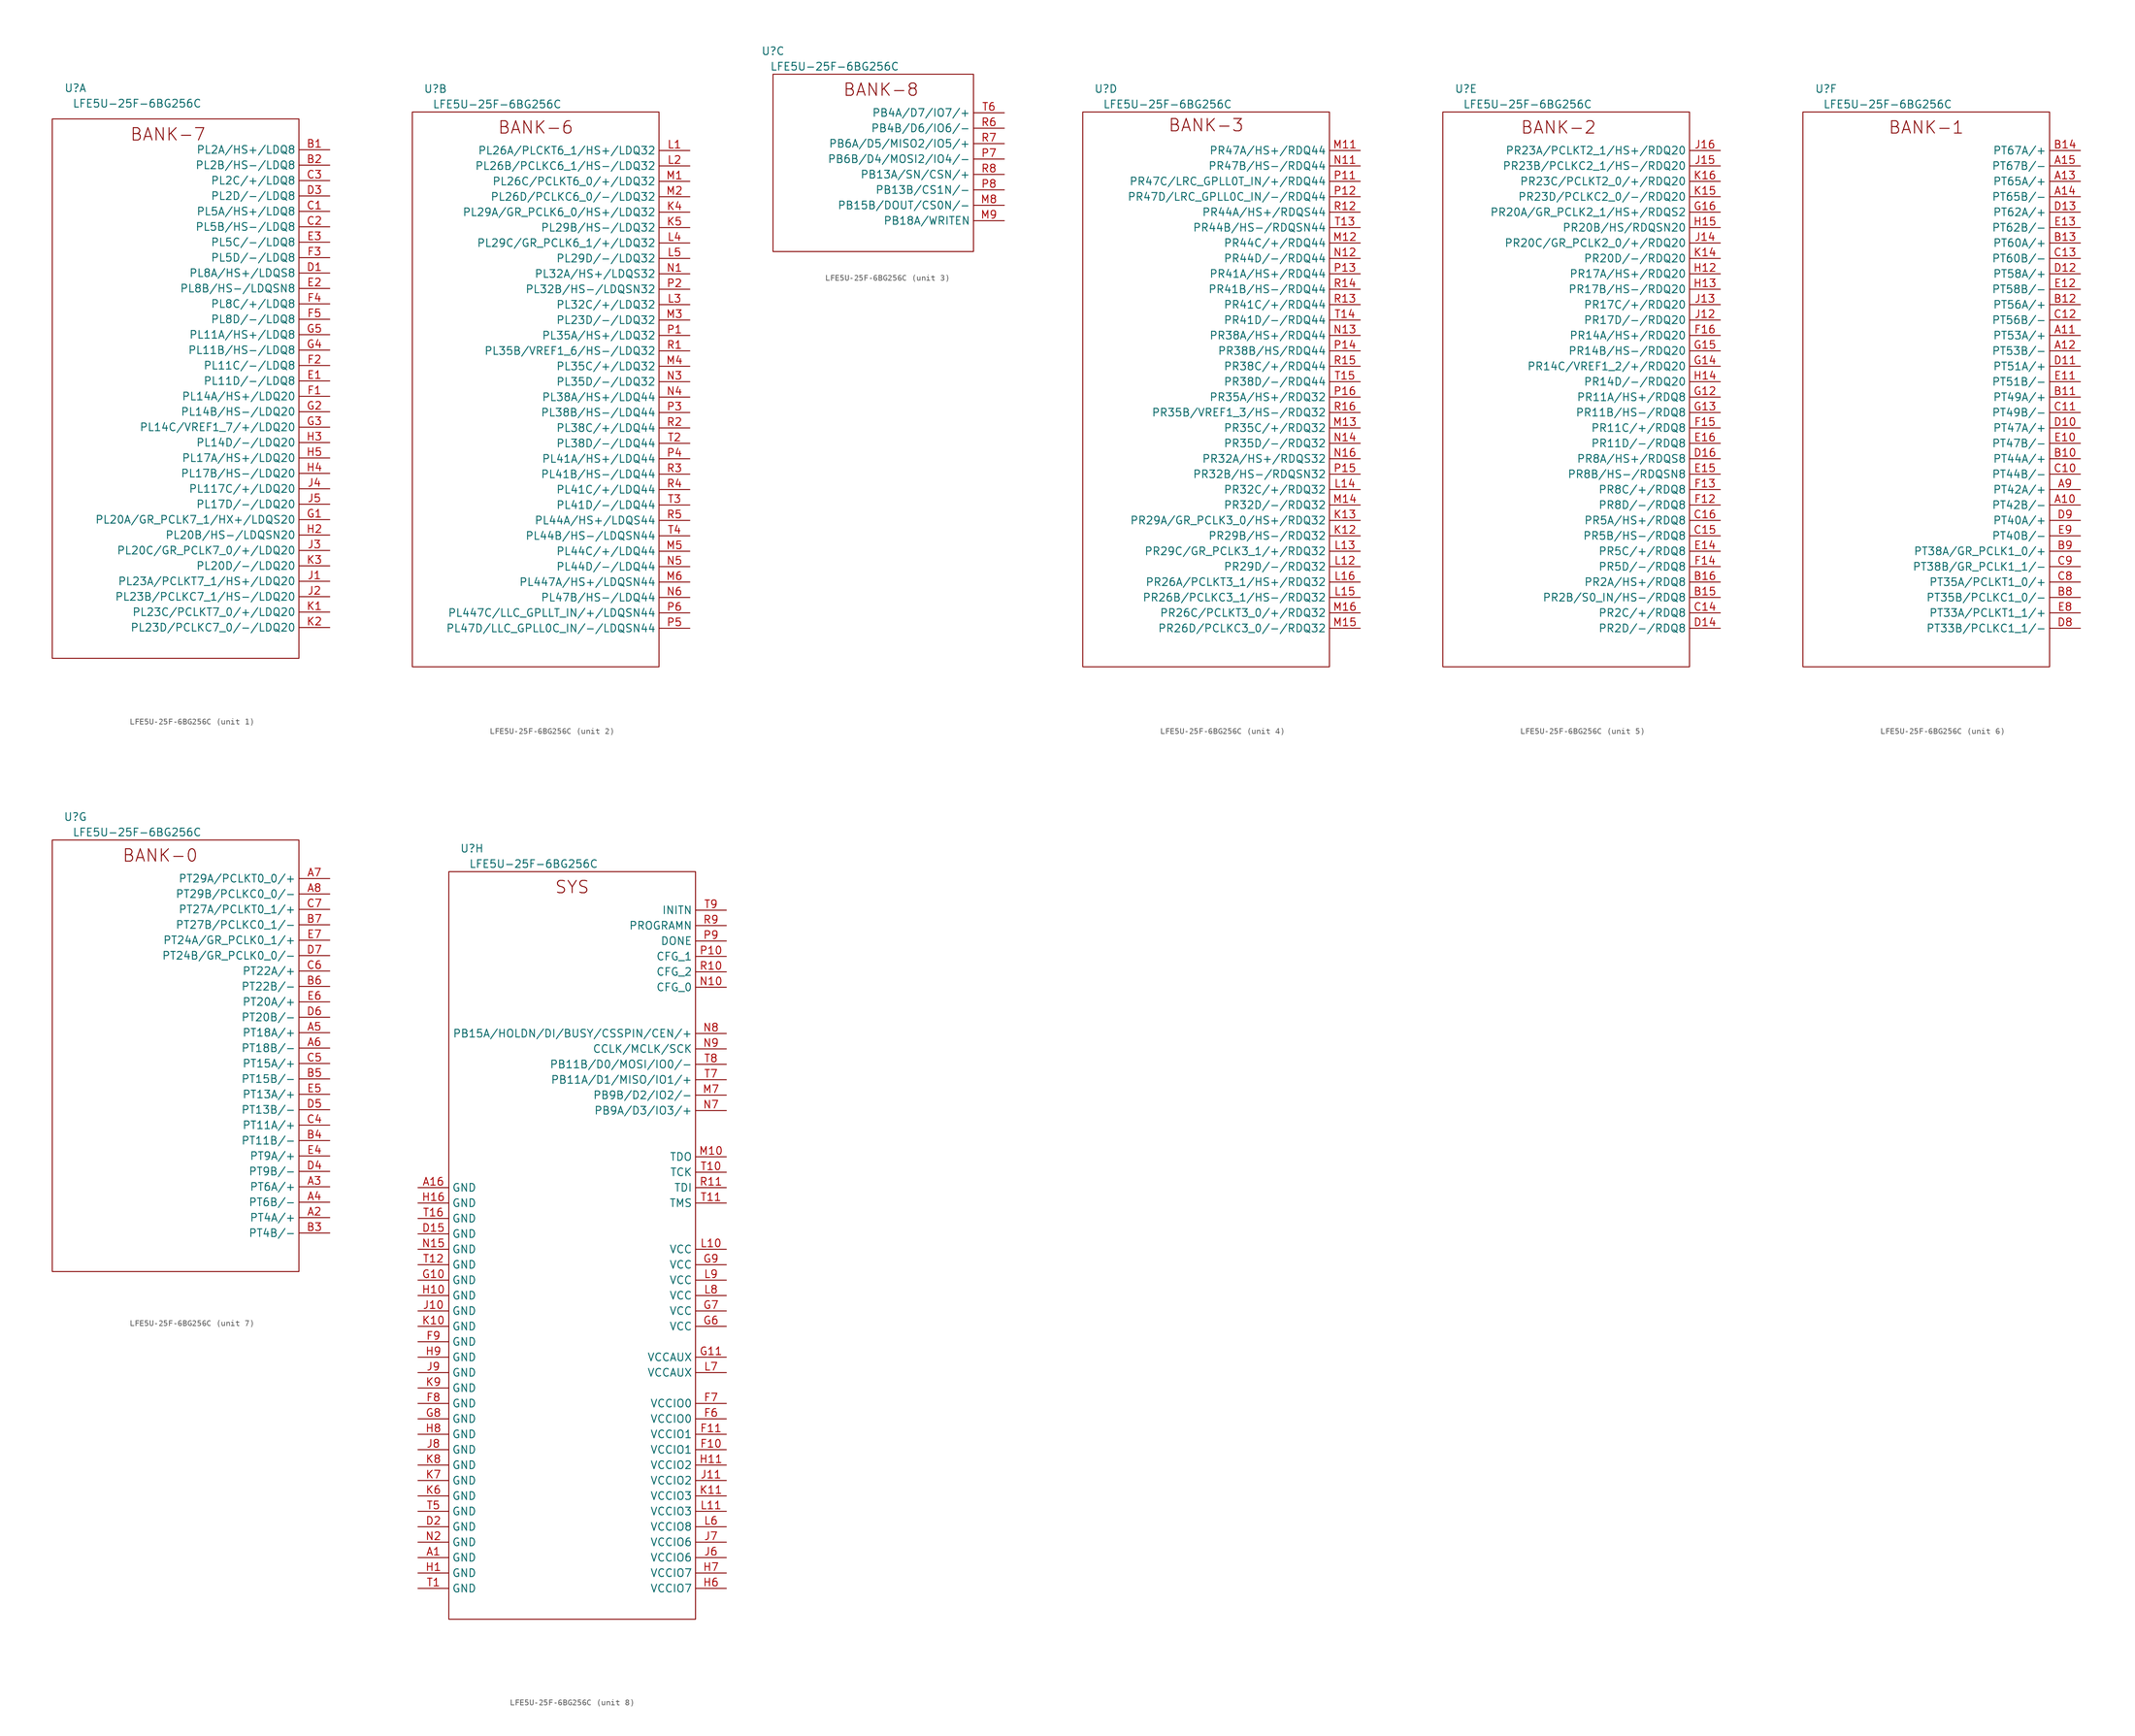
<source format=kicad_sym>
(kicad_symbol_lib
  (version 20231120)
  (generator "kicad_symbol_editor")
  (generator_version "8.0")
  (symbol "LFE5U-25F-6BG256C"
    (property "Reference" "U"
      (at -16.51 50.8 0)
      (effects (font (size 1.27 1.27))))
    (property "Value" "LFE5U-25F-6BG256C"
      (at -6.35 48.26 0)
      (effects (font (size 1.27 1.27))))
    (property "ki_locked" ""
      (at 0 0 0)
      (effects (font (size 1.27 1.27))))
    (symbol "LFE5U-25F-6BG256C_1_1"
      (rectangle (start -20.32 45.72) (end 20.32 -43.18) (stroke (width 0) (type default)) (fill (type none)))
      (text "BANK-7" (at -1.27 43.18 0) (effects (font (size 2.032 2.032))))
      (pin bidirectional line (at 25.4 40.64 180) (length 5.08) (name "PL2A/HS+/LDQ8" (effects (font (size 1.27 1.27)))) (number "B1" (effects (font (size 1.27 1.27)))))
      (pin bidirectional line (at 25.4 38.1 180) (length 5.08) (name "PL2B/HS-/LDQ8" (effects (font (size 1.27 1.27)))) (number "B2" (effects (font (size 1.27 1.27)))))
      (pin bidirectional line (at 25.4 30.48 180) (length 5.08) (name "PL5A/HS+/LDQ8" (effects (font (size 1.27 1.27)))) (number "C1" (effects (font (size 1.27 1.27)))))
      (pin bidirectional line (at 25.4 27.94 180) (length 5.08) (name "PL5B/HS-/LDQ8" (effects (font (size 1.27 1.27)))) (number "C2" (effects (font (size 1.27 1.27)))))
      (pin bidirectional line (at 25.4 35.56 180) (length 5.08) (name "PL2C/+/LDQ8" (effects (font (size 1.27 1.27)))) (number "C3" (effects (font (size 1.27 1.27)))))
      (pin bidirectional line (at 25.4 20.32 180) (length 5.08) (name "PL8A/HS+/LDQS8" (effects (font (size 1.27 1.27)))) (number "D1" (effects (font (size 1.27 1.27)))))
      (pin bidirectional line (at 25.4 33.02 180) (length 5.08) (name "PL2D/-/LDQ8" (effects (font (size 1.27 1.27)))) (number "D3" (effects (font (size 1.27 1.27)))))
      (pin bidirectional line (at 25.4 2.54 180) (length 5.08) (name "PL11D/-/LDQ8" (effects (font (size 1.27 1.27)))) (number "E1" (effects (font (size 1.27 1.27)))))
      (pin bidirectional line (at 25.4 17.78 180) (length 5.08) (name "PL8B/HS-/LDQSN8" (effects (font (size 1.27 1.27)))) (number "E2" (effects (font (size 1.27 1.27)))))
      (pin bidirectional line (at 25.4 25.4 180) (length 5.08) (name "PL5C/-/LDQ8" (effects (font (size 1.27 1.27)))) (number "E3" (effects (font (size 1.27 1.27)))))
      (pin bidirectional line (at 25.4 0 180) (length 5.08) (name "PL14A/HS+/LDQ20" (effects (font (size 1.27 1.27)))) (number "F1" (effects (font (size 1.27 1.27)))))
      (pin bidirectional line (at 25.4 5.08 180) (length 5.08) (name "PL11C/-/LDQ8" (effects (font (size 1.27 1.27)))) (number "F2" (effects (font (size 1.27 1.27)))))
      (pin bidirectional line (at 25.4 22.86 180) (length 5.08) (name "PL5D/-/LDQ8" (effects (font (size 1.27 1.27)))) (number "F3" (effects (font (size 1.27 1.27)))))
      (pin bidirectional line (at 25.4 15.24 180) (length 5.08) (name "PL8C/+/LDQ8" (effects (font (size 1.27 1.27)))) (number "F4" (effects (font (size 1.27 1.27)))))
      (pin bidirectional line (at 25.4 12.7 180) (length 5.08) (name "PL8D/-/LDQ8" (effects (font (size 1.27 1.27)))) (number "F5" (effects (font (size 1.27 1.27)))))
      (pin bidirectional line (at 25.4 -20.32 180) (length 5.08) (name "PL20A/GR_PCLK7_1/HX+/LDQS20" (effects (font (size 1.27 1.27)))) (number "G1" (effects (font (size 1.27 1.27)))))
      (pin bidirectional line (at 25.4 -2.54 180) (length 5.08) (name "PL14B/HS-/LDQ20" (effects (font (size 1.27 1.27)))) (number "G2" (effects (font (size 1.27 1.27)))))
      (pin bidirectional line (at 25.4 -5.08 180) (length 5.08) (name "PL14C/VREF1_7/+/LDQ20" (effects (font (size 1.27 1.27)))) (number "G3" (effects (font (size 1.27 1.27)))))
      (pin bidirectional line (at 25.4 7.62 180) (length 5.08) (name "PL11B/HS-/LDQ8" (effects (font (size 1.27 1.27)))) (number "G4" (effects (font (size 1.27 1.27)))))
      (pin bidirectional line (at 25.4 10.16 180) (length 5.08) (name "PL11A/HS+/LDQ8" (effects (font (size 1.27 1.27)))) (number "G5" (effects (font (size 1.27 1.27)))))
      (pin bidirectional line (at 25.4 -22.86 180) (length 5.08) (name "PL20B/HS-/LDQSN20" (effects (font (size 1.27 1.27)))) (number "H2" (effects (font (size 1.27 1.27)))))
      (pin bidirectional line (at 25.4 -7.62 180) (length 5.08) (name "PL14D/-/LDQ20" (effects (font (size 1.27 1.27)))) (number "H3" (effects (font (size 1.27 1.27)))))
      (pin bidirectional line (at 25.4 -12.7 180) (length 5.08) (name "PL17B/HS-/LDQ20" (effects (font (size 1.27 1.27)))) (number "H4" (effects (font (size 1.27 1.27)))))
      (pin bidirectional line (at 25.4 -10.16 180) (length 5.08) (name "PL17A/HS+/LDQ20" (effects (font (size 1.27 1.27)))) (number "H5" (effects (font (size 1.27 1.27)))))
      (pin bidirectional line (at 25.4 -30.48 180) (length 5.08) (name "PL23A/PCLKT7_1/HS+/LDQ20" (effects (font (size 1.27 1.27)))) (number "J1" (effects (font (size 1.27 1.27)))))
      (pin bidirectional line (at 25.4 -33.02 180) (length 5.08) (name "PL23B/PCLKC7_1/HS-/LDQ20" (effects (font (size 1.27 1.27)))) (number "J2" (effects (font (size 1.27 1.27)))))
      (pin bidirectional line (at 25.4 -25.4 180) (length 5.08) (name "PL20C/GR_PCLK7_0/+/LDQ20" (effects (font (size 1.27 1.27)))) (number "J3" (effects (font (size 1.27 1.27)))))
      (pin bidirectional line (at 25.4 -15.24 180) (length 5.08) (name "PL117C/+/LDQ20" (effects (font (size 1.27 1.27)))) (number "J4" (effects (font (size 1.27 1.27)))))
      (pin bidirectional line (at 25.4 -17.78 180) (length 5.08) (name "PL17D/-/LDQ20" (effects (font (size 1.27 1.27)))) (number "J5" (effects (font (size 1.27 1.27)))))
      (pin bidirectional line (at 25.4 -35.56 180) (length 5.08) (name "PL23C/PCLKT7_0/+/LDQ20" (effects (font (size 1.27 1.27)))) (number "K1" (effects (font (size 1.27 1.27)))))
      (pin bidirectional line (at 25.4 -38.1 180) (length 5.08) (name "PL23D/PCLKC7_0/-/LDQ20" (effects (font (size 1.27 1.27)))) (number "K2" (effects (font (size 1.27 1.27)))))
      (pin bidirectional line (at 25.4 -27.94 180) (length 5.08) (name "PL20D/-/LDQ20" (effects (font (size 1.27 1.27)))) (number "K3" (effects (font (size 1.27 1.27))))))
    (symbol "LFE5U-25F-6BG256C_2_1"
      (rectangle (start -20.32 46.99) (end 20.32 -44.45) (stroke (width 0) (type default)) (fill (type none)))
      (text "BANK-6" (at 0 44.45 0) (effects (font (size 2.032 2.032))))
      (pin bidirectional line (at 25.4 30.48 180) (length 5.08) (name "PL29A/GR_PCLK6_0/HS+/LDQ32" (effects (font (size 1.27 1.27)))) (number "K4" (effects (font (size 1.27 1.27)))))
      (pin bidirectional line (at 25.4 27.94 180) (length 5.08) (name "PL29B/HS-/LDQ32" (effects (font (size 1.27 1.27)))) (number "K5" (effects (font (size 1.27 1.27)))))
      (pin bidirectional line (at 25.4 40.64 180) (length 5.08) (name "PL26A/PLCKT6_1/HS+/LDQ32" (effects (font (size 1.27 1.27)))) (number "L1" (effects (font (size 1.27 1.27)))))
      (pin bidirectional line (at 25.4 38.1 180) (length 5.08) (name "PL26B/PCLKC6_1/HS-/LDQ32" (effects (font (size 1.27 1.27)))) (number "L2" (effects (font (size 1.27 1.27)))))
      (pin bidirectional line (at 25.4 15.24 180) (length 5.08) (name "PL32C/+/LDQ32" (effects (font (size 1.27 1.27)))) (number "L3" (effects (font (size 1.27 1.27)))))
      (pin bidirectional line (at 25.4 25.4 180) (length 5.08) (name "PL29C/GR_PCLK6_1/+/LDQ32" (effects (font (size 1.27 1.27)))) (number "L4" (effects (font (size 1.27 1.27)))))
      (pin bidirectional line (at 25.4 22.86 180) (length 5.08) (name "PL29D/-/LDQ32" (effects (font (size 1.27 1.27)))) (number "L5" (effects (font (size 1.27 1.27)))))
      (pin bidirectional line (at 25.4 35.56 180) (length 5.08) (name "PL26C/PCLKT6_0/+/LDQ32" (effects (font (size 1.27 1.27)))) (number "M1" (effects (font (size 1.27 1.27)))))
      (pin bidirectional line (at 25.4 33.02 180) (length 5.08) (name "PL26D/PCLKC6_0/-/LDQ32" (effects (font (size 1.27 1.27)))) (number "M2" (effects (font (size 1.27 1.27)))))
      (pin bidirectional line (at 25.4 12.7 180) (length 5.08) (name "PL23D/-/LDQ32" (effects (font (size 1.27 1.27)))) (number "M3" (effects (font (size 1.27 1.27)))))
      (pin bidirectional line (at 25.4 5.08 180) (length 5.08) (name "PL35C/+/LDQ32" (effects (font (size 1.27 1.27)))) (number "M4" (effects (font (size 1.27 1.27)))))
      (pin bidirectional line (at 25.4 -25.4 180) (length 5.08) (name "PL44C/+/LDQ44" (effects (font (size 1.27 1.27)))) (number "M5" (effects (font (size 1.27 1.27)))))
      (pin bidirectional line (at 25.4 -30.48 180) (length 5.08) (name "PL447A/HS+/LDQSN44" (effects (font (size 1.27 1.27)))) (number "M6" (effects (font (size 1.27 1.27)))))
      (pin bidirectional line (at 25.4 20.32 180) (length 5.08) (name "PL32A/HS+/LDQS32" (effects (font (size 1.27 1.27)))) (number "N1" (effects (font (size 1.27 1.27)))))
      (pin bidirectional line (at 25.4 2.54 180) (length 5.08) (name "PL35D/-/LDQ32" (effects (font (size 1.27 1.27)))) (number "N3" (effects (font (size 1.27 1.27)))))
      (pin bidirectional line (at 25.4 0 180) (length 5.08) (name "PL38A/HS+/LDQ44" (effects (font (size 1.27 1.27)))) (number "N4" (effects (font (size 1.27 1.27)))))
      (pin bidirectional line (at 25.4 -27.94 180) (length 5.08) (name "PL44D/-/LDQ44" (effects (font (size 1.27 1.27)))) (number "N5" (effects (font (size 1.27 1.27)))))
      (pin bidirectional line (at 25.4 -33.02 180) (length 5.08) (name "PL47B/HS-/LDQ44" (effects (font (size 1.27 1.27)))) (number "N6" (effects (font (size 1.27 1.27)))))
      (pin bidirectional line (at 25.4 10.16 180) (length 5.08) (name "PL35A/HS+/LDQ32" (effects (font (size 1.27 1.27)))) (number "P1" (effects (font (size 1.27 1.27)))))
      (pin bidirectional line (at 25.4 17.78 180) (length 5.08) (name "PL32B/HS-/LDQSN32" (effects (font (size 1.27 1.27)))) (number "P2" (effects (font (size 1.27 1.27)))))
      (pin bidirectional line (at 25.4 -2.54 180) (length 5.08) (name "PL38B/HS-/LDQ44" (effects (font (size 1.27 1.27)))) (number "P3" (effects (font (size 1.27 1.27)))))
      (pin bidirectional line (at 25.4 -10.16 180) (length 5.08) (name "PL41A/HS+/LDQ44" (effects (font (size 1.27 1.27)))) (number "P4" (effects (font (size 1.27 1.27)))))
      (pin bidirectional line (at 25.4 -38.1 180) (length 5.08) (name "PL47D/LLC_GPLL0C_IN/-/LDQSN44" (effects (font (size 1.27 1.27)))) (number "P5" (effects (font (size 1.27 1.27)))))
      (pin bidirectional line (at 25.4 -35.56 180) (length 5.08) (name "PL447C/LLC_GPLLT_IN/+/LDQSN44" (effects (font (size 1.27 1.27)))) (number "P6" (effects (font (size 1.27 1.27)))))
      (pin bidirectional line (at 25.4 7.62 180) (length 5.08) (name "PL35B/VREF1_6/HS-/LDQ32" (effects (font (size 1.27 1.27)))) (number "R1" (effects (font (size 1.27 1.27)))))
      (pin bidirectional line (at 25.4 -5.08 180) (length 5.08) (name "PL38C/+/LDQ44" (effects (font (size 1.27 1.27)))) (number "R2" (effects (font (size 1.27 1.27)))))
      (pin bidirectional line (at 25.4 -12.7 180) (length 5.08) (name "PL41B/HS-/LDQ44" (effects (font (size 1.27 1.27)))) (number "R3" (effects (font (size 1.27 1.27)))))
      (pin bidirectional line (at 25.4 -15.24 180) (length 5.08) (name "PL41C/+/LDQ44" (effects (font (size 1.27 1.27)))) (number "R4" (effects (font (size 1.27 1.27)))))
      (pin bidirectional line (at 25.4 -20.32 180) (length 5.08) (name "PL44A/HS+/LDQS44" (effects (font (size 1.27 1.27)))) (number "R5" (effects (font (size 1.27 1.27)))))
      (pin bidirectional line (at 25.4 -7.62 180) (length 5.08) (name "PL38D/-/LDQ44" (effects (font (size 1.27 1.27)))) (number "T2" (effects (font (size 1.27 1.27)))))
      (pin bidirectional line (at 25.4 -17.78 180) (length 5.08) (name "PL41D/-/LDQ44" (effects (font (size 1.27 1.27)))) (number "T3" (effects (font (size 1.27 1.27)))))
      (pin bidirectional line (at 25.4 -22.86 180) (length 5.08) (name "PL44B/HS-/LDQSN44" (effects (font (size 1.27 1.27)))) (number "T4" (effects (font (size 1.27 1.27))))))
    (symbol "LFE5U-25F-6BG256C_3_1"
      (rectangle (start -16.51 46.99) (end 16.51 17.78) (stroke (width 0) (type default)) (fill (type none)))
      (text "BANK-8\n" (at 1.27 44.45 0) (effects (font (size 2.032 2.032))))
      (pin bidirectional line (at 21.59 25.4 180) (length 5.08) (name "PB15B/DOUT/CS0N/-" (effects (font (size 1.27 1.27)))) (number "M8" (effects (font (size 1.27 1.27)))))
      (pin bidirectional line (at 21.59 22.86 180) (length 5.08) (name "PB18A/WRITEN" (effects (font (size 1.27 1.27)))) (number "M9" (effects (font (size 1.27 1.27)))))
      (pin bidirectional line (at 21.59 33.02 180) (length 5.08) (name "PB6B/D4/MOSI2/IO4/-" (effects (font (size 1.27 1.27)))) (number "P7" (effects (font (size 1.27 1.27)))))
      (pin bidirectional line (at 21.59 27.94 180) (length 5.08) (name "PB13B/CS1N/-" (effects (font (size 1.27 1.27)))) (number "P8" (effects (font (size 1.27 1.27)))))
      (pin bidirectional line (at 21.59 38.1 180) (length 5.08) (name "PB4B/D6/IO6/-" (effects (font (size 1.27 1.27)))) (number "R6" (effects (font (size 1.27 1.27)))))
      (pin bidirectional line (at 21.59 35.56 180) (length 5.08) (name "PB6A/D5/MISO2/IO5/+" (effects (font (size 1.27 1.27)))) (number "R7" (effects (font (size 1.27 1.27)))))
      (pin bidirectional line (at 21.59 30.48 180) (length 5.08) (name "PB13A/SN/CSN/+" (effects (font (size 1.27 1.27)))) (number "R8" (effects (font (size 1.27 1.27)))))
      (pin bidirectional line (at 21.59 40.64 180) (length 5.08) (name "PB4A/D7/IO7/+" (effects (font (size 1.27 1.27)))) (number "T6" (effects (font (size 1.27 1.27))))))
    (symbol "LFE5U-25F-6BG256C_4_1"
      (rectangle (start -20.32 46.99) (end 20.32 -44.45) (stroke (width 0) (type default)) (fill (type none)))
      (text "BANK-3\n\n" (at 0 43.18 0) (effects (font (size 2.032 2.032))))
      (pin bidirectional line (at 25.4 -22.86 180) (length 5.08) (name "PR29B/HS-/RDQ32" (effects (font (size 1.27 1.27)))) (number "K12" (effects (font (size 1.27 1.27)))))
      (pin bidirectional line (at 25.4 -20.32 180) (length 5.08) (name "PR29A/GR_PCLK3_0/HS+/RDQ32" (effects (font (size 1.27 1.27)))) (number "K13" (effects (font (size 1.27 1.27)))))
      (pin bidirectional line (at 25.4 -27.94 180) (length 5.08) (name "PR29D/-/RDQ32" (effects (font (size 1.27 1.27)))) (number "L12" (effects (font (size 1.27 1.27)))))
      (pin bidirectional line (at 25.4 -25.4 180) (length 5.08) (name "PR29C/GR_PCLK3_1/+/RDQ32" (effects (font (size 1.27 1.27)))) (number "L13" (effects (font (size 1.27 1.27)))))
      (pin bidirectional line (at 25.4 -15.24 180) (length 5.08) (name "PR32C/+/RDQ32" (effects (font (size 1.27 1.27)))) (number "L14" (effects (font (size 1.27 1.27)))))
      (pin bidirectional line (at 25.4 -33.02 180) (length 5.08) (name "PR26B/PCLKC3_1/HS-/RDQ32" (effects (font (size 1.27 1.27)))) (number "L15" (effects (font (size 1.27 1.27)))))
      (pin bidirectional line (at 25.4 -30.48 180) (length 5.08) (name "PR26A/PCLKT3_1/HS+/RDQ32" (effects (font (size 1.27 1.27)))) (number "L16" (effects (font (size 1.27 1.27)))))
      (pin bidirectional line (at 25.4 40.64 180) (length 5.08) (name "PR47A/HS+/RDQ44" (effects (font (size 1.27 1.27)))) (number "M11" (effects (font (size 1.27 1.27)))))
      (pin bidirectional line (at 25.4 25.4 180) (length 5.08) (name "PR44C/+/RDQ44" (effects (font (size 1.27 1.27)))) (number "M12" (effects (font (size 1.27 1.27)))))
      (pin bidirectional line (at 25.4 -5.08 180) (length 5.08) (name "PR35C/+/RDQ32" (effects (font (size 1.27 1.27)))) (number "M13" (effects (font (size 1.27 1.27)))))
      (pin bidirectional line (at 25.4 -17.78 180) (length 5.08) (name "PR32D/-/RDQ32" (effects (font (size 1.27 1.27)))) (number "M14" (effects (font (size 1.27 1.27)))))
      (pin bidirectional line (at 25.4 -38.1 180) (length 5.08) (name "PR26D/PCLKC3_0/-/RDQ32" (effects (font (size 1.27 1.27)))) (number "M15" (effects (font (size 1.27 1.27)))))
      (pin bidirectional line (at 25.4 -35.56 180) (length 5.08) (name "PR26C/PCLKT3_0/+/RDQ32" (effects (font (size 1.27 1.27)))) (number "M16" (effects (font (size 1.27 1.27)))))
      (pin bidirectional line (at 25.4 38.1 180) (length 5.08) (name "PR47B/HS-/RDQ44" (effects (font (size 1.27 1.27)))) (number "N11" (effects (font (size 1.27 1.27)))))
      (pin bidirectional line (at 25.4 22.86 180) (length 5.08) (name "PR44D/-/RDQ44" (effects (font (size 1.27 1.27)))) (number "N12" (effects (font (size 1.27 1.27)))))
      (pin bidirectional line (at 25.4 10.16 180) (length 5.08) (name "PR38A/HS+/RDQ44" (effects (font (size 1.27 1.27)))) (number "N13" (effects (font (size 1.27 1.27)))))
      (pin bidirectional line (at 25.4 -7.62 180) (length 5.08) (name "PR35D/-/RDQ32" (effects (font (size 1.27 1.27)))) (number "N14" (effects (font (size 1.27 1.27)))))
      (pin bidirectional line (at 25.4 -10.16 180) (length 5.08) (name "PR32A/HS+/RDQS32" (effects (font (size 1.27 1.27)))) (number "N16" (effects (font (size 1.27 1.27)))))
      (pin bidirectional line (at 25.4 35.56 180) (length 5.08) (name "PR47C/LRC_GPLL0T_IN/+/RDQ44" (effects (font (size 1.27 1.27)))) (number "P11" (effects (font (size 1.27 1.27)))))
      (pin bidirectional line (at 25.4 33.02 180) (length 5.08) (name "PR47D/LRC_GPLL0C_IN/-/RDQ44" (effects (font (size 1.27 1.27)))) (number "P12" (effects (font (size 1.27 1.27)))))
      (pin bidirectional line (at 25.4 20.32 180) (length 5.08) (name "PR41A/HS+/RDQ44" (effects (font (size 1.27 1.27)))) (number "P13" (effects (font (size 1.27 1.27)))))
      (pin bidirectional line (at 25.4 7.62 180) (length 5.08) (name "PR38B/HS/RDQ44" (effects (font (size 1.27 1.27)))) (number "P14" (effects (font (size 1.27 1.27)))))
      (pin bidirectional line (at 25.4 -12.7 180) (length 5.08) (name "PR32B/HS-/RDQSN32" (effects (font (size 1.27 1.27)))) (number "P15" (effects (font (size 1.27 1.27)))))
      (pin bidirectional line (at 25.4 0 180) (length 5.08) (name "PR35A/HS+/RDQ32" (effects (font (size 1.27 1.27)))) (number "P16" (effects (font (size 1.27 1.27)))))
      (pin bidirectional line (at 25.4 30.48 180) (length 5.08) (name "PR44A/HS+/RDQS44" (effects (font (size 1.27 1.27)))) (number "R12" (effects (font (size 1.27 1.27)))))
      (pin bidirectional line (at 25.4 15.24 180) (length 5.08) (name "PR41C/+/RDQ44" (effects (font (size 1.27 1.27)))) (number "R13" (effects (font (size 1.27 1.27)))))
      (pin bidirectional line (at 25.4 17.78 180) (length 5.08) (name "PR41B/HS-/RDQ44" (effects (font (size 1.27 1.27)))) (number "R14" (effects (font (size 1.27 1.27)))))
      (pin bidirectional line (at 25.4 5.08 180) (length 5.08) (name "PR38C/+/RDQ44" (effects (font (size 1.27 1.27)))) (number "R15" (effects (font (size 1.27 1.27)))))
      (pin bidirectional line (at 25.4 -2.54 180) (length 5.08) (name "PR35B/VREF1_3/HS-/RDQ32" (effects (font (size 1.27 1.27)))) (number "R16" (effects (font (size 1.27 1.27)))))
      (pin bidirectional line (at 25.4 27.94 180) (length 5.08) (name "PR44B/HS-/RDQSN44" (effects (font (size 1.27 1.27)))) (number "T13" (effects (font (size 1.27 1.27)))))
      (pin bidirectional line (at 25.4 12.7 180) (length 5.08) (name "PR41D/-/RDQ44" (effects (font (size 1.27 1.27)))) (number "T14" (effects (font (size 1.27 1.27)))))
      (pin bidirectional line (at 25.4 2.54 180) (length 5.08) (name "PR38D/-/RDQ44" (effects (font (size 1.27 1.27)))) (number "T15" (effects (font (size 1.27 1.27))))))
    (symbol "LFE5U-25F-6BG256C_5_1"
      (rectangle (start -20.32 46.99) (end 20.32 -44.45) (stroke (width 0) (type default)) (fill (type none)))
      (text "BANK-2\n" (at -1.27 44.45 0) (effects (font (size 2.032 2.032))))
      (pin bidirectional line (at 25.4 -33.02 180) (length 5.08) (name "PR2B/S0_IN/HS-/RDQ8" (effects (font (size 1.27 1.27)))) (number "B15" (effects (font (size 1.27 1.27)))))
      (pin bidirectional line (at 25.4 -30.48 180) (length 5.08) (name "PR2A/HS+/RDQ8" (effects (font (size 1.27 1.27)))) (number "B16" (effects (font (size 1.27 1.27)))))
      (pin bidirectional line (at 25.4 -35.56 180) (length 5.08) (name "PR2C/+/RDQ8" (effects (font (size 1.27 1.27)))) (number "C14" (effects (font (size 1.27 1.27)))))
      (pin bidirectional line (at 25.4 -22.86 180) (length 5.08) (name "PR5B/HS-/RDQ8" (effects (font (size 1.27 1.27)))) (number "C15" (effects (font (size 1.27 1.27)))))
      (pin bidirectional line (at 25.4 -20.32 180) (length 5.08) (name "PR5A/HS+/RDQ8" (effects (font (size 1.27 1.27)))) (number "C16" (effects (font (size 1.27 1.27)))))
      (pin bidirectional line (at 25.4 -38.1 180) (length 5.08) (name "PR2D/-/RDQ8" (effects (font (size 1.27 1.27)))) (number "D14" (effects (font (size 1.27 1.27)))))
      (pin bidirectional line (at 25.4 -10.16 180) (length 5.08) (name "PR8A/HS+/RDQS8" (effects (font (size 1.27 1.27)))) (number "D16" (effects (font (size 1.27 1.27)))))
      (pin bidirectional line (at 25.4 -25.4 180) (length 5.08) (name "PR5C/+/RDQ8" (effects (font (size 1.27 1.27)))) (number "E14" (effects (font (size 1.27 1.27)))))
      (pin bidirectional line (at 25.4 -12.7 180) (length 5.08) (name "PR8B/HS-/RDQSN8" (effects (font (size 1.27 1.27)))) (number "E15" (effects (font (size 1.27 1.27)))))
      (pin bidirectional line (at 25.4 -7.62 180) (length 5.08) (name "PR11D/-/RDQ8" (effects (font (size 1.27 1.27)))) (number "E16" (effects (font (size 1.27 1.27)))))
      (pin bidirectional line (at 25.4 -17.78 180) (length 5.08) (name "PR8D/-/RDQ8" (effects (font (size 1.27 1.27)))) (number "F12" (effects (font (size 1.27 1.27)))))
      (pin bidirectional line (at 25.4 -15.24 180) (length 5.08) (name "PR8C/+/RDQ8" (effects (font (size 1.27 1.27)))) (number "F13" (effects (font (size 1.27 1.27)))))
      (pin bidirectional line (at 25.4 -27.94 180) (length 5.08) (name "PR5D/-/RDQ8" (effects (font (size 1.27 1.27)))) (number "F14" (effects (font (size 1.27 1.27)))))
      (pin bidirectional line (at 25.4 -5.08 180) (length 5.08) (name "PR11C/+/RDQ8" (effects (font (size 1.27 1.27)))) (number "F15" (effects (font (size 1.27 1.27)))))
      (pin bidirectional line (at 25.4 10.16 180) (length 5.08) (name "PR14A/HS+/RDQ20" (effects (font (size 1.27 1.27)))) (number "F16" (effects (font (size 1.27 1.27)))))
      (pin bidirectional line (at 25.4 0 180) (length 5.08) (name "PR11A/HS+/RDQ8" (effects (font (size 1.27 1.27)))) (number "G12" (effects (font (size 1.27 1.27)))))
      (pin bidirectional line (at 25.4 -2.54 180) (length 5.08) (name "PR11B/HS-/RDQ8" (effects (font (size 1.27 1.27)))) (number "G13" (effects (font (size 1.27 1.27)))))
      (pin bidirectional line (at 25.4 5.08 180) (length 5.08) (name "PR14C/VREF1_2/+/RDQ20" (effects (font (size 1.27 1.27)))) (number "G14" (effects (font (size 1.27 1.27)))))
      (pin bidirectional line (at 25.4 7.62 180) (length 5.08) (name "PR14B/HS-/RDQ20" (effects (font (size 1.27 1.27)))) (number "G15" (effects (font (size 1.27 1.27)))))
      (pin bidirectional line (at 25.4 30.48 180) (length 5.08) (name "PR20A/GR_PCLK2_1/HS+/RDQS2" (effects (font (size 1.27 1.27)))) (number "G16" (effects (font (size 1.27 1.27)))))
      (pin bidirectional line (at 25.4 20.32 180) (length 5.08) (name "PR17A/HS+/RDQ20" (effects (font (size 1.27 1.27)))) (number "H12" (effects (font (size 1.27 1.27)))))
      (pin bidirectional line (at 25.4 17.78 180) (length 5.08) (name "PR17B/HS-/RDQ20" (effects (font (size 1.27 1.27)))) (number "H13" (effects (font (size 1.27 1.27)))))
      (pin bidirectional line (at 25.4 2.54 180) (length 5.08) (name "PR14D/-/RDQ20" (effects (font (size 1.27 1.27)))) (number "H14" (effects (font (size 1.27 1.27)))))
      (pin bidirectional line (at 25.4 27.94 180) (length 5.08) (name "PR20B/HS/RDQSN20" (effects (font (size 1.27 1.27)))) (number "H15" (effects (font (size 1.27 1.27)))))
      (pin bidirectional line (at 25.4 12.7 180) (length 5.08) (name "PR17D/-/RDQ20" (effects (font (size 1.27 1.27)))) (number "J12" (effects (font (size 1.27 1.27)))))
      (pin bidirectional line (at 25.4 15.24 180) (length 5.08) (name "PR17C/+/RDQ20" (effects (font (size 1.27 1.27)))) (number "J13" (effects (font (size 1.27 1.27)))))
      (pin bidirectional line (at 25.4 25.4 180) (length 5.08) (name "PR20C/GR_PCLK2_0/+/RDQ20" (effects (font (size 1.27 1.27)))) (number "J14" (effects (font (size 1.27 1.27)))))
      (pin bidirectional line (at 25.4 38.1 180) (length 5.08) (name "PR23B/PCLKC2_1/HS-/RDQ20" (effects (font (size 1.27 1.27)))) (number "J15" (effects (font (size 1.27 1.27)))))
      (pin bidirectional line (at 25.4 40.64 180) (length 5.08) (name "PR23A/PCLKT2_1/HS+/RDQ20" (effects (font (size 1.27 1.27)))) (number "J16" (effects (font (size 1.27 1.27)))))
      (pin bidirectional line (at 25.4 22.86 180) (length 5.08) (name "PR20D/-/RDQ20" (effects (font (size 1.27 1.27)))) (number "K14" (effects (font (size 1.27 1.27)))))
      (pin bidirectional line (at 25.4 33.02 180) (length 5.08) (name "PR23D/PCLKC2_0/-/RDQ20" (effects (font (size 1.27 1.27)))) (number "K15" (effects (font (size 1.27 1.27)))))
      (pin bidirectional line (at 25.4 35.56 180) (length 5.08) (name "PR23C/PCLKT2_0/+/RDQ20" (effects (font (size 1.27 1.27)))) (number "K16" (effects (font (size 1.27 1.27))))))
    (symbol "LFE5U-25F-6BG256C_6_1"
      (rectangle (start -20.32 46.99) (end 20.32 -44.45) (stroke (width 0) (type default)) (fill (type none)))
      (text "BANK-1\n" (at 0 44.45 0) (effects (font (size 2.032 2.032))))
      (pin bidirectional line (at 25.4 -17.78 180) (length 5.08) (name "PT42B/-" (effects (font (size 1.27 1.27)))) (number "A10" (effects (font (size 1.27 1.27)))))
      (pin bidirectional line (at 25.4 10.16 180) (length 5.08) (name "PT53A/+" (effects (font (size 1.27 1.27)))) (number "A11" (effects (font (size 1.27 1.27)))))
      (pin bidirectional line (at 25.4 7.62 180) (length 5.08) (name "PT53B/-" (effects (font (size 1.27 1.27)))) (number "A12" (effects (font (size 1.27 1.27)))))
      (pin bidirectional line (at 25.4 35.56 180) (length 5.08) (name "PT65A/+" (effects (font (size 1.27 1.27)))) (number "A13" (effects (font (size 1.27 1.27)))))
      (pin bidirectional line (at 25.4 33.02 180) (length 5.08) (name "PT65B/-" (effects (font (size 1.27 1.27)))) (number "A14" (effects (font (size 1.27 1.27)))))
      (pin bidirectional line (at 25.4 38.1 180) (length 5.08) (name "PT67B/-" (effects (font (size 1.27 1.27)))) (number "A15" (effects (font (size 1.27 1.27)))))
      (pin bidirectional line (at 25.4 -15.24 180) (length 5.08) (name "PT42A/+" (effects (font (size 1.27 1.27)))) (number "A9" (effects (font (size 1.27 1.27)))))
      (pin bidirectional line (at 25.4 -10.16 180) (length 5.08) (name "PT44A/+" (effects (font (size 1.27 1.27)))) (number "B10" (effects (font (size 1.27 1.27)))))
      (pin bidirectional line (at 25.4 0 180) (length 5.08) (name "PT49A/+" (effects (font (size 1.27 1.27)))) (number "B11" (effects (font (size 1.27 1.27)))))
      (pin bidirectional line (at 25.4 15.24 180) (length 5.08) (name "PT56A/+" (effects (font (size 1.27 1.27)))) (number "B12" (effects (font (size 1.27 1.27)))))
      (pin bidirectional line (at 25.4 25.4 180) (length 5.08) (name "PT60A/+" (effects (font (size 1.27 1.27)))) (number "B13" (effects (font (size 1.27 1.27)))))
      (pin bidirectional line (at 25.4 40.64 180) (length 5.08) (name "PT67A/+" (effects (font (size 1.27 1.27)))) (number "B14" (effects (font (size 1.27 1.27)))))
      (pin bidirectional line (at 25.4 -33.02 180) (length 5.08) (name "PT35B/PCLKC1_0/-" (effects (font (size 1.27 1.27)))) (number "B8" (effects (font (size 1.27 1.27)))))
      (pin bidirectional line (at 25.4 -25.4 180) (length 5.08) (name "PT38A/GR_PCLK1_0/+" (effects (font (size 1.27 1.27)))) (number "B9" (effects (font (size 1.27 1.27)))))
      (pin bidirectional line (at 25.4 -12.7 180) (length 5.08) (name "PT44B/-" (effects (font (size 1.27 1.27)))) (number "C10" (effects (font (size 1.27 1.27)))))
      (pin bidirectional line (at 25.4 -2.54 180) (length 5.08) (name "PT49B/-" (effects (font (size 1.27 1.27)))) (number "C11" (effects (font (size 1.27 1.27)))))
      (pin bidirectional line (at 25.4 12.7 180) (length 5.08) (name "PT56B/-" (effects (font (size 1.27 1.27)))) (number "C12" (effects (font (size 1.27 1.27)))))
      (pin bidirectional line (at 25.4 22.86 180) (length 5.08) (name "PT60B/-" (effects (font (size 1.27 1.27)))) (number "C13" (effects (font (size 1.27 1.27)))))
      (pin bidirectional line (at 25.4 -30.48 180) (length 5.08) (name "PT35A/PCLKT1_0/+" (effects (font (size 1.27 1.27)))) (number "C8" (effects (font (size 1.27 1.27)))))
      (pin bidirectional line (at 25.4 -27.94 180) (length 5.08) (name "PT38B/GR_PCLK1_1/-" (effects (font (size 1.27 1.27)))) (number "C9" (effects (font (size 1.27 1.27)))))
      (pin bidirectional line (at 25.4 -5.08 180) (length 5.08) (name "PT47A/+" (effects (font (size 1.27 1.27)))) (number "D10" (effects (font (size 1.27 1.27)))))
      (pin bidirectional line (at 25.4 5.08 180) (length 5.08) (name "PT51A/+" (effects (font (size 1.27 1.27)))) (number "D11" (effects (font (size 1.27 1.27)))))
      (pin bidirectional line (at 25.4 20.32 180) (length 5.08) (name "PT58A/+" (effects (font (size 1.27 1.27)))) (number "D12" (effects (font (size 1.27 1.27)))))
      (pin bidirectional line (at 25.4 30.48 180) (length 5.08) (name "PT62A/+" (effects (font (size 1.27 1.27)))) (number "D13" (effects (font (size 1.27 1.27)))))
      (pin bidirectional line (at 25.4 -38.1 180) (length 5.08) (name "PT33B/PCLKC1_1/-" (effects (font (size 1.27 1.27)))) (number "D8" (effects (font (size 1.27 1.27)))))
      (pin bidirectional line (at 25.4 -20.32 180) (length 5.08) (name "PT40A/+" (effects (font (size 1.27 1.27)))) (number "D9" (effects (font (size 1.27 1.27)))))
      (pin bidirectional line (at 25.4 -7.62 180) (length 5.08) (name "PT47B/-" (effects (font (size 1.27 1.27)))) (number "E10" (effects (font (size 1.27 1.27)))))
      (pin bidirectional line (at 25.4 2.54 180) (length 5.08) (name "PT51B/-" (effects (font (size 1.27 1.27)))) (number "E11" (effects (font (size 1.27 1.27)))))
      (pin bidirectional line (at 25.4 17.78 180) (length 5.08) (name "PT58B/-" (effects (font (size 1.27 1.27)))) (number "E12" (effects (font (size 1.27 1.27)))))
      (pin bidirectional line (at 25.4 27.94 180) (length 5.08) (name "PT62B/-" (effects (font (size 1.27 1.27)))) (number "E13" (effects (font (size 1.27 1.27)))))
      (pin bidirectional line (at 25.4 -35.56 180) (length 5.08) (name "PT33A/PCLKT1_1/+" (effects (font (size 1.27 1.27)))) (number "E8" (effects (font (size 1.27 1.27)))))
      (pin bidirectional line (at 25.4 -22.86 180) (length 5.08) (name "PT40B/-" (effects (font (size 1.27 1.27)))) (number "E9" (effects (font (size 1.27 1.27))))))
    (symbol "LFE5U-25F-6BG256C_7_1"
      (rectangle (start -20.32 46.99) (end 20.32 -24.13) (stroke (width 0) (type default)) (fill (type none)))
      (text "BANK-0\n" (at -2.54 44.45 0) (effects (font (size 2.032 2.032))))
      (pin bidirectional line (at 25.4 -15.24 180) (length 5.08) (name "PT4A/+" (effects (font (size 1.27 1.27)))) (number "A2" (effects (font (size 1.27 1.27)))))
      (pin bidirectional line (at 25.4 -10.16 180) (length 5.08) (name "PT6A/+" (effects (font (size 1.27 1.27)))) (number "A3" (effects (font (size 1.27 1.27)))))
      (pin bidirectional line (at 25.4 -12.7 180) (length 5.08) (name "PT6B/-" (effects (font (size 1.27 1.27)))) (number "A4" (effects (font (size 1.27 1.27)))))
      (pin bidirectional line (at 25.4 15.24 180) (length 5.08) (name "PT18A/+" (effects (font (size 1.27 1.27)))) (number "A5" (effects (font (size 1.27 1.27)))))
      (pin bidirectional line (at 25.4 12.7 180) (length 5.08) (name "PT18B/-" (effects (font (size 1.27 1.27)))) (number "A6" (effects (font (size 1.27 1.27)))))
      (pin bidirectional line (at 25.4 40.64 180) (length 5.08) (name "PT29A/PCLKT0_0/+" (effects (font (size 1.27 1.27)))) (number "A7" (effects (font (size 1.27 1.27)))))
      (pin bidirectional line (at 25.4 38.1 180) (length 5.08) (name "PT29B/PCLKC0_0/-" (effects (font (size 1.27 1.27)))) (number "A8" (effects (font (size 1.27 1.27)))))
      (pin bidirectional line (at 25.4 -17.78 180) (length 5.08) (name "PT4B/-" (effects (font (size 1.27 1.27)))) (number "B3" (effects (font (size 1.27 1.27)))))
      (pin bidirectional line (at 25.4 -2.54 180) (length 5.08) (name "PT11B/-" (effects (font (size 1.27 1.27)))) (number "B4" (effects (font (size 1.27 1.27)))))
      (pin bidirectional line (at 25.4 7.62 180) (length 5.08) (name "PT15B/-" (effects (font (size 1.27 1.27)))) (number "B5" (effects (font (size 1.27 1.27)))))
      (pin bidirectional line (at 25.4 22.86 180) (length 5.08) (name "PT22B/-" (effects (font (size 1.27 1.27)))) (number "B6" (effects (font (size 1.27 1.27)))))
      (pin bidirectional line (at 25.4 33.02 180) (length 5.08) (name "PT27B/PCLKC0_1/-" (effects (font (size 1.27 1.27)))) (number "B7" (effects (font (size 1.27 1.27)))))
      (pin bidirectional line (at 25.4 0 180) (length 5.08) (name "PT11A/+" (effects (font (size 1.27 1.27)))) (number "C4" (effects (font (size 1.27 1.27)))))
      (pin bidirectional line (at 25.4 10.16 180) (length 5.08) (name "PT15A/+" (effects (font (size 1.27 1.27)))) (number "C5" (effects (font (size 1.27 1.27)))))
      (pin bidirectional line (at 25.4 25.4 180) (length 5.08) (name "PT22A/+" (effects (font (size 1.27 1.27)))) (number "C6" (effects (font (size 1.27 1.27)))))
      (pin bidirectional line (at 25.4 35.56 180) (length 5.08) (name "PT27A/PCLKT0_1/+" (effects (font (size 1.27 1.27)))) (number "C7" (effects (font (size 1.27 1.27)))))
      (pin bidirectional line (at 25.4 -7.62 180) (length 5.08) (name "PT9B/-" (effects (font (size 1.27 1.27)))) (number "D4" (effects (font (size 1.27 1.27)))))
      (pin bidirectional line (at 25.4 2.54 180) (length 5.08) (name "PT13B/-" (effects (font (size 1.27 1.27)))) (number "D5" (effects (font (size 1.27 1.27)))))
      (pin bidirectional line (at 25.4 17.78 180) (length 5.08) (name "PT20B/-" (effects (font (size 1.27 1.27)))) (number "D6" (effects (font (size 1.27 1.27)))))
      (pin bidirectional line (at 25.4 27.94 180) (length 5.08) (name "PT24B/GR_PCLK0_0/-" (effects (font (size 1.27 1.27)))) (number "D7" (effects (font (size 1.27 1.27)))))
      (pin bidirectional line (at 25.4 -5.08 180) (length 5.08) (name "PT9A/+" (effects (font (size 1.27 1.27)))) (number "E4" (effects (font (size 1.27 1.27)))))
      (pin bidirectional line (at 25.4 5.08 180) (length 5.08) (name "PT13A/+" (effects (font (size 1.27 1.27)))) (number "E5" (effects (font (size 1.27 1.27)))))
      (pin bidirectional line (at 25.4 20.32 180) (length 5.08) (name "PT20A/+" (effects (font (size 1.27 1.27)))) (number "E6" (effects (font (size 1.27 1.27)))))
      (pin bidirectional line (at 25.4 30.48 180) (length 5.08) (name "PT24A/GR_PCLK0_1/+" (effects (font (size 1.27 1.27)))) (number "E7" (effects (font (size 1.27 1.27))))))
    (symbol "LFE5U-25F-6BG256C_8_1"
      (rectangle (start -20.32 46.99) (end 20.32 -76.2) (stroke (width 0) (type default)) (fill (type none)))
      (text "SYS" (at 0 44.45 0) (effects (font (size 2.032 2.032))))
      (pin bidirectional line (at -25.4 -66.04 0) (length 5.08) (name "GND" (effects (font (size 1.27 1.27)))) (number "A1" (effects (font (size 1.27 1.27)))))
      (pin bidirectional line (at -25.4 -5.08 0) (length 5.08) (name "GND" (effects (font (size 1.27 1.27)))) (number "A16" (effects (font (size 1.27 1.27)))))
      (pin bidirectional line (at -25.4 -12.7 0) (length 5.08) (name "GND" (effects (font (size 1.27 1.27)))) (number "D15" (effects (font (size 1.27 1.27)))))
      (pin bidirectional line (at -25.4 -60.96 0) (length 5.08) (name "GND" (effects (font (size 1.27 1.27)))) (number "D2" (effects (font (size 1.27 1.27)))))
      (pin power_in line (at 25.4 -48.26 180) (length 5.08) (name "VCCIO1" (effects (font (size 1.27 1.27)))) (number "F10" (effects (font (size 1.27 1.27)))))
      (pin power_in line (at 25.4 -45.72 180) (length 5.08) (name "VCCIO1" (effects (font (size 1.27 1.27)))) (number "F11" (effects (font (size 1.27 1.27)))))
      (pin power_in line (at 25.4 -43.18 180) (length 5.08) (name "VCCIO0" (effects (font (size 1.27 1.27)))) (number "F6" (effects (font (size 1.27 1.27)))))
      (pin power_in line (at 25.4 -40.64 180) (length 5.08) (name "VCCIO0" (effects (font (size 1.27 1.27)))) (number "F7" (effects (font (size 1.27 1.27)))))
      (pin bidirectional line (at -25.4 -40.64 0) (length 5.08) (name "GND" (effects (font (size 1.27 1.27)))) (number "F8" (effects (font (size 1.27 1.27)))))
      (pin bidirectional line (at -25.4 -30.48 0) (length 5.08) (name "GND" (effects (font (size 1.27 1.27)))) (number "F9" (effects (font (size 1.27 1.27)))))
      (pin bidirectional line (at -25.4 -20.32 0) (length 5.08) (name "GND" (effects (font (size 1.27 1.27)))) (number "G10" (effects (font (size 1.27 1.27)))))
      (pin power_in line (at 25.4 -33.02 180) (length 5.08) (name "VCCAUX" (effects (font (size 1.27 1.27)))) (number "G11" (effects (font (size 1.27 1.27)))))
      (pin power_in line (at 25.4 -27.94 180) (length 5.08) (name "VCC" (effects (font (size 1.27 1.27)))) (number "G6" (effects (font (size 1.27 1.27)))))
      (pin power_in line (at 25.4 -25.4 180) (length 5.08) (name "VCC" (effects (font (size 1.27 1.27)))) (number "G7" (effects (font (size 1.27 1.27)))))
      (pin bidirectional line (at -25.4 -43.18 0) (length 5.08) (name "GND" (effects (font (size 1.27 1.27)))) (number "G8" (effects (font (size 1.27 1.27)))))
      (pin power_in line (at 25.4 -17.78 180) (length 5.08) (name "VCC" (effects (font (size 1.27 1.27)))) (number "G9" (effects (font (size 1.27 1.27)))))
      (pin bidirectional line (at -25.4 -68.58 0) (length 5.08) (name "GND" (effects (font (size 1.27 1.27)))) (number "H1" (effects (font (size 1.27 1.27)))))
      (pin bidirectional line (at -25.4 -22.86 0) (length 5.08) (name "GND" (effects (font (size 1.27 1.27)))) (number "H10" (effects (font (size 1.27 1.27)))))
      (pin power_in line (at 25.4 -50.8 180) (length 5.08) (name "VCCIO2" (effects (font (size 1.27 1.27)))) (number "H11" (effects (font (size 1.27 1.27)))))
      (pin bidirectional line (at -25.4 -7.62 0) (length 5.08) (name "GND" (effects (font (size 1.27 1.27)))) (number "H16" (effects (font (size 1.27 1.27)))))
      (pin power_in line (at 25.4 -71.12 180) (length 5.08) (name "VCCIO7" (effects (font (size 1.27 1.27)))) (number "H6" (effects (font (size 1.27 1.27)))))
      (pin power_in line (at 25.4 -68.58 180) (length 5.08) (name "VCCIO7" (effects (font (size 1.27 1.27)))) (number "H7" (effects (font (size 1.27 1.27)))))
      (pin bidirectional line (at -25.4 -45.72 0) (length 5.08) (name "GND" (effects (font (size 1.27 1.27)))) (number "H8" (effects (font (size 1.27 1.27)))))
      (pin bidirectional line (at -25.4 -33.02 0) (length 5.08) (name "GND" (effects (font (size 1.27 1.27)))) (number "H9" (effects (font (size 1.27 1.27)))))
      (pin bidirectional line (at -25.4 -25.4 0) (length 5.08) (name "GND" (effects (font (size 1.27 1.27)))) (number "J10" (effects (font (size 1.27 1.27)))))
      (pin power_in line (at 25.4 -53.34 180) (length 5.08) (name "VCCIO2" (effects (font (size 1.27 1.27)))) (number "J11" (effects (font (size 1.27 1.27)))))
      (pin power_in line (at 25.4 -66.04 180) (length 5.08) (name "VCCIO6" (effects (font (size 1.27 1.27)))) (number "J6" (effects (font (size 1.27 1.27)))))
      (pin power_in line (at 25.4 -63.5 180) (length 5.08) (name "VCCIO6" (effects (font (size 1.27 1.27)))) (number "J7" (effects (font (size 1.27 1.27)))))
      (pin bidirectional line (at -25.4 -48.26 0) (length 5.08) (name "GND" (effects (font (size 1.27 1.27)))) (number "J8" (effects (font (size 1.27 1.27)))))
      (pin bidirectional line (at -25.4 -35.56 0) (length 5.08) (name "GND" (effects (font (size 1.27 1.27)))) (number "J9" (effects (font (size 1.27 1.27)))))
      (pin bidirectional line (at -25.4 -27.94 0) (length 5.08) (name "GND" (effects (font (size 1.27 1.27)))) (number "K10" (effects (font (size 1.27 1.27)))))
      (pin power_in line (at 25.4 -55.88 180) (length 5.08) (name "VCCIO3" (effects (font (size 1.27 1.27)))) (number "K11" (effects (font (size 1.27 1.27)))))
      (pin bidirectional line (at -25.4 -55.88 0) (length 5.08) (name "GND" (effects (font (size 1.27 1.27)))) (number "K6" (effects (font (size 1.27 1.27)))))
      (pin bidirectional line (at -25.4 -53.34 0) (length 5.08) (name "GND" (effects (font (size 1.27 1.27)))) (number "K7" (effects (font (size 1.27 1.27)))))
      (pin bidirectional line (at -25.4 -50.8 0) (length 5.08) (name "GND" (effects (font (size 1.27 1.27)))) (number "K8" (effects (font (size 1.27 1.27)))))
      (pin bidirectional line (at -25.4 -38.1 0) (length 5.08) (name "GND" (effects (font (size 1.27 1.27)))) (number "K9" (effects (font (size 1.27 1.27)))))
      (pin power_in line (at 25.4 -15.24 180) (length 5.08) (name "VCC" (effects (font (size 1.27 1.27)))) (number "L10" (effects (font (size 1.27 1.27)))))
      (pin power_in line (at 25.4 -58.42 180) (length 5.08) (name "VCCIO3" (effects (font (size 1.27 1.27)))) (number "L11" (effects (font (size 1.27 1.27)))))
      (pin power_in line (at 25.4 -60.96 180) (length 5.08) (name "VCCIO8" (effects (font (size 1.27 1.27)))) (number "L6" (effects (font (size 1.27 1.27)))))
      (pin power_in line (at 25.4 -35.56 180) (length 5.08) (name "VCCAUX" (effects (font (size 1.27 1.27)))) (number "L7" (effects (font (size 1.27 1.27)))))
      (pin power_in line (at 25.4 -22.86 180) (length 5.08) (name "VCC" (effects (font (size 1.27 1.27)))) (number "L8" (effects (font (size 1.27 1.27)))))
      (pin power_in line (at 25.4 -20.32 180) (length 5.08) (name "VCC" (effects (font (size 1.27 1.27)))) (number "L9" (effects (font (size 1.27 1.27)))))
      (pin bidirectional line (at 25.4 0 180) (length 5.08) (name "TDO" (effects (font (size 1.27 1.27)))) (number "M10" (effects (font (size 1.27 1.27)))))
      (pin bidirectional line (at 25.4 10.16 180) (length 5.08) (name "PB9B/D2/IO2/-" (effects (font (size 1.27 1.27)))) (number "M7" (effects (font (size 1.27 1.27)))))
      (pin bidirectional line (at 25.4 27.94 180) (length 5.08) (name "CFG_0" (effects (font (size 1.27 1.27)))) (number "N10" (effects (font (size 1.27 1.27)))))
      (pin bidirectional line (at -25.4 -15.24 0) (length 5.08) (name "GND" (effects (font (size 1.27 1.27)))) (number "N15" (effects (font (size 1.27 1.27)))))
      (pin bidirectional line (at -25.4 -63.5 0) (length 5.08) (name "GND" (effects (font (size 1.27 1.27)))) (number "N2" (effects (font (size 1.27 1.27)))))
      (pin bidirectional line (at 25.4 7.62 180) (length 5.08) (name "PB9A/D3/IO3/+" (effects (font (size 1.27 1.27)))) (number "N7" (effects (font (size 1.27 1.27)))))
      (pin bidirectional line (at 25.4 20.32 180) (length 5.08) (name "PB15A/HOLDN/DI/BUSY/CSSPIN/CEN/+" (effects (font (size 1.27 1.27)))) (number "N8" (effects (font (size 1.27 1.27)))))
      (pin bidirectional line (at 25.4 17.78 180) (length 5.08) (name "CCLK/MCLK/SCK" (effects (font (size 1.27 1.27)))) (number "N9" (effects (font (size 1.27 1.27)))))
      (pin bidirectional line (at 25.4 33.02 180) (length 5.08) (name "CFG_1" (effects (font (size 1.27 1.27)))) (number "P10" (effects (font (size 1.27 1.27)))))
      (pin bidirectional line (at 25.4 35.56 180) (length 5.08) (name "DONE" (effects (font (size 1.27 1.27)))) (number "P9" (effects (font (size 1.27 1.27)))))
      (pin bidirectional line (at 25.4 30.48 180) (length 5.08) (name "CFG_2" (effects (font (size 1.27 1.27)))) (number "R10" (effects (font (size 1.27 1.27)))))
      (pin bidirectional line (at 25.4 -5.08 180) (length 5.08) (name "TDI" (effects (font (size 1.27 1.27)))) (number "R11" (effects (font (size 1.27 1.27)))))
      (pin bidirectional line (at 25.4 38.1 180) (length 5.08) (name "PROGRAMN" (effects (font (size 1.27 1.27)))) (number "R9" (effects (font (size 1.27 1.27)))))
      (pin bidirectional line (at -25.4 -71.12 0) (length 5.08) (name "GND" (effects (font (size 1.27 1.27)))) (number "T1" (effects (font (size 1.27 1.27)))))
      (pin bidirectional line (at 25.4 -2.54 180) (length 5.08) (name "TCK" (effects (font (size 1.27 1.27)))) (number "T10" (effects (font (size 1.27 1.27)))))
      (pin bidirectional line (at 25.4 -7.62 180) (length 5.08) (name "TMS" (effects (font (size 1.27 1.27)))) (number "T11" (effects (font (size 1.27 1.27)))))
      (pin bidirectional line (at -25.4 -17.78 0) (length 5.08) (name "GND" (effects (font (size 1.27 1.27)))) (number "T12" (effects (font (size 1.27 1.27)))))
      (pin bidirectional line (at -25.4 -10.16 0) (length 5.08) (name "GND" (effects (font (size 1.27 1.27)))) (number "T16" (effects (font (size 1.27 1.27)))))
      (pin bidirectional line (at -25.4 -58.42 0) (length 5.08) (name "GND" (effects (font (size 1.27 1.27)))) (number "T5" (effects (font (size 1.27 1.27)))))
      (pin bidirectional line (at 25.4 12.7 180) (length 5.08) (name "PB11A/D1/MISO/IO1/+" (effects (font (size 1.27 1.27)))) (number "T7" (effects (font (size 1.27 1.27)))))
      (pin bidirectional line (at 25.4 15.24 180) (length 5.08) (name "PB11B/D0/MOSI/IO0/-" (effects (font (size 1.27 1.27)))) (number "T8" (effects (font (size 1.27 1.27)))))
      (pin bidirectional line (at 25.4 40.64 180) (length 5.08) (name "INITN" (effects (font (size 1.27 1.27)))) (number "T9" (effects (font (size 1.27 1.27))))))))
</source>
